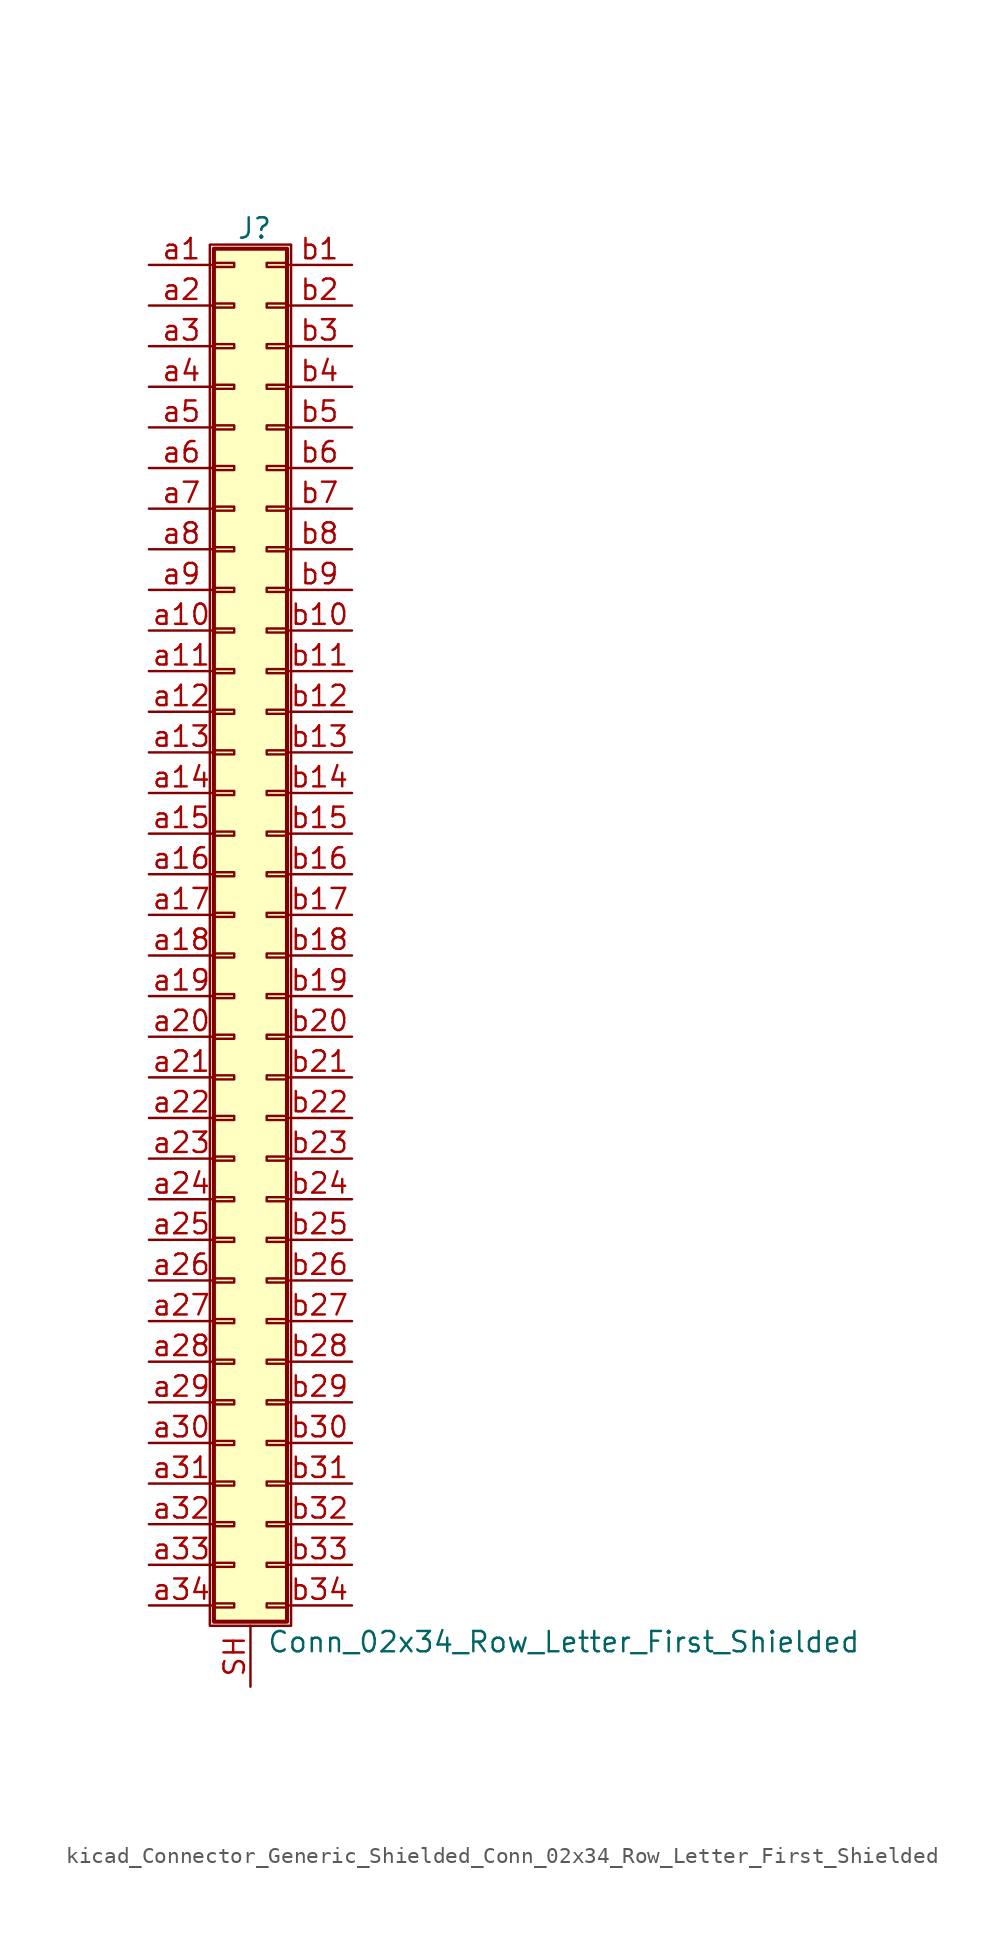
<source format=kicad_sym>
(kicad_symbol_lib
  (version 20220914)
  (generator kicad_symbol_editor)
  (symbol "kicad_Connector_Generic_Shielded_Conn_02x34_Row_Letter_First_Shielded"
    (pin_names
      (offset 1.016) hide)
    (property "Reference" "J"
      (at 1.524 42.926 0)
      (effects (font (size 1.27 1.27))))
    (property "Value" "Conn_02x34_Row_Letter_First_Shielded"
      (at 2.286 -45.466 0)
      (effects (font (size 1.27 1.27)) (justify left)))
    (symbol "kicad_Connector_Generic_Shielded_Conn_02x34_Row_Letter_First_Shielded_1_1"
      (rectangle (start -1.27 41.91) (end 3.81 -44.45) (stroke (width 0.152) (type default)) (fill (type none)))
      (rectangle (start -1.016 -43.053) (end 0.254 -43.307) (stroke (width 0.152) (type default)) (fill (type none)))
      (rectangle (start -1.016 -40.513) (end 0.254 -40.767) (stroke (width 0.152) (type default)) (fill (type none)))
      (rectangle (start -1.016 -37.973) (end 0.254 -38.227) (stroke (width 0.152) (type default)) (fill (type none)))
      (rectangle (start -1.016 -35.433) (end 0.254 -35.687) (stroke (width 0.152) (type default)) (fill (type none)))
      (rectangle (start -1.016 -32.893) (end 0.254 -33.147) (stroke (width 0.152) (type default)) (fill (type none)))
      (rectangle (start -1.016 -30.353) (end 0.254 -30.607) (stroke (width 0.152) (type default)) (fill (type none)))
      (rectangle (start -1.016 -27.813) (end 0.254 -28.067) (stroke (width 0.152) (type default)) (fill (type none)))
      (rectangle (start -1.016 -25.273) (end 0.254 -25.527) (stroke (width 0.152) (type default)) (fill (type none)))
      (rectangle (start -1.016 -22.733) (end 0.254 -22.987) (stroke (width 0.152) (type default)) (fill (type none)))
      (rectangle (start -1.016 -20.193) (end 0.254 -20.447) (stroke (width 0.152) (type default)) (fill (type none)))
      (rectangle (start -1.016 -17.653) (end 0.254 -17.907) (stroke (width 0.152) (type default)) (fill (type none)))
      (rectangle (start -1.016 -15.113) (end 0.254 -15.367) (stroke (width 0.152) (type default)) (fill (type none)))
      (rectangle (start -1.016 -12.573) (end 0.254 -12.827) (stroke (width 0.152) (type default)) (fill (type none)))
      (rectangle (start -1.016 -10.033) (end 0.254 -10.287) (stroke (width 0.152) (type default)) (fill (type none)))
      (rectangle (start -1.016 -7.493) (end 0.254 -7.747) (stroke (width 0.152) (type default)) (fill (type none)))
      (rectangle (start -1.016 -4.953) (end 0.254 -5.207) (stroke (width 0.152) (type default)) (fill (type none)))
      (rectangle (start -1.016 -2.413) (end 0.254 -2.667) (stroke (width 0.152) (type default)) (fill (type none)))
      (rectangle (start -1.016 0.127) (end 0.254 -0.127) (stroke (width 0.152) (type default)) (fill (type none)))
      (rectangle (start -1.016 2.667) (end 0.254 2.413) (stroke (width 0.152) (type default)) (fill (type none)))
      (rectangle (start -1.016 5.207) (end 0.254 4.953) (stroke (width 0.152) (type default)) (fill (type none)))
      (rectangle (start -1.016 7.747) (end 0.254 7.493) (stroke (width 0.152) (type default)) (fill (type none)))
      (rectangle (start -1.016 10.287) (end 0.254 10.033) (stroke (width 0.152) (type default)) (fill (type none)))
      (rectangle (start -1.016 12.827) (end 0.254 12.573) (stroke (width 0.152) (type default)) (fill (type none)))
      (rectangle (start -1.016 15.367) (end 0.254 15.113) (stroke (width 0.152) (type default)) (fill (type none)))
      (rectangle (start -1.016 17.907) (end 0.254 17.653) (stroke (width 0.152) (type default)) (fill (type none)))
      (rectangle (start -1.016 20.447) (end 0.254 20.193) (stroke (width 0.152) (type default)) (fill (type none)))
      (rectangle (start -1.016 22.987) (end 0.254 22.733) (stroke (width 0.152) (type default)) (fill (type none)))
      (rectangle (start -1.016 25.527) (end 0.254 25.273) (stroke (width 0.152) (type default)) (fill (type none)))
      (rectangle (start -1.016 28.067) (end 0.254 27.813) (stroke (width 0.152) (type default)) (fill (type none)))
      (rectangle (start -1.016 30.607) (end 0.254 30.353) (stroke (width 0.152) (type default)) (fill (type none)))
      (rectangle (start -1.016 33.147) (end 0.254 32.893) (stroke (width 0.152) (type default)) (fill (type none)))
      (rectangle (start -1.016 35.687) (end 0.254 35.433) (stroke (width 0.152) (type default)) (fill (type none)))
      (rectangle (start -1.016 38.227) (end 0.254 37.973) (stroke (width 0.152) (type default)) (fill (type none)))
      (rectangle (start -1.016 40.767) (end 0.254 40.513) (stroke (width 0.152) (type default)) (fill (type none)))
      (rectangle (start -1.016 41.656) (end 3.556 -44.196) (stroke (width 0.254) (type default)) (fill (type background)))
      (rectangle (start 3.556 -43.053) (end 2.286 -43.307) (stroke (width 0.152) (type default)) (fill (type none)))
      (rectangle (start 3.556 -40.513) (end 2.286 -40.767) (stroke (width 0.152) (type default)) (fill (type none)))
      (rectangle (start 3.556 -37.973) (end 2.286 -38.227) (stroke (width 0.152) (type default)) (fill (type none)))
      (rectangle (start 3.556 -35.433) (end 2.286 -35.687) (stroke (width 0.152) (type default)) (fill (type none)))
      (rectangle (start 3.556 -32.893) (end 2.286 -33.147) (stroke (width 0.152) (type default)) (fill (type none)))
      (rectangle (start 3.556 -30.353) (end 2.286 -30.607) (stroke (width 0.152) (type default)) (fill (type none)))
      (rectangle (start 3.556 -27.813) (end 2.286 -28.067) (stroke (width 0.152) (type default)) (fill (type none)))
      (rectangle (start 3.556 -25.273) (end 2.286 -25.527) (stroke (width 0.152) (type default)) (fill (type none)))
      (rectangle (start 3.556 -22.733) (end 2.286 -22.987) (stroke (width 0.152) (type default)) (fill (type none)))
      (rectangle (start 3.556 -20.193) (end 2.286 -20.447) (stroke (width 0.152) (type default)) (fill (type none)))
      (rectangle (start 3.556 -17.653) (end 2.286 -17.907) (stroke (width 0.152) (type default)) (fill (type none)))
      (rectangle (start 3.556 -15.113) (end 2.286 -15.367) (stroke (width 0.152) (type default)) (fill (type none)))
      (rectangle (start 3.556 -12.573) (end 2.286 -12.827) (stroke (width 0.152) (type default)) (fill (type none)))
      (rectangle (start 3.556 -10.033) (end 2.286 -10.287) (stroke (width 0.152) (type default)) (fill (type none)))
      (rectangle (start 3.556 -7.493) (end 2.286 -7.747) (stroke (width 0.152) (type default)) (fill (type none)))
      (rectangle (start 3.556 -4.953) (end 2.286 -5.207) (stroke (width 0.152) (type default)) (fill (type none)))
      (rectangle (start 3.556 -2.413) (end 2.286 -2.667) (stroke (width 0.152) (type default)) (fill (type none)))
      (rectangle (start 3.556 0.127) (end 2.286 -0.127) (stroke (width 0.152) (type default)) (fill (type none)))
      (rectangle (start 3.556 2.667) (end 2.286 2.413) (stroke (width 0.152) (type default)) (fill (type none)))
      (rectangle (start 3.556 5.207) (end 2.286 4.953) (stroke (width 0.152) (type default)) (fill (type none)))
      (rectangle (start 3.556 7.747) (end 2.286 7.493) (stroke (width 0.152) (type default)) (fill (type none)))
      (rectangle (start 3.556 10.287) (end 2.286 10.033) (stroke (width 0.152) (type default)) (fill (type none)))
      (rectangle (start 3.556 12.827) (end 2.286 12.573) (stroke (width 0.152) (type default)) (fill (type none)))
      (rectangle (start 3.556 15.367) (end 2.286 15.113) (stroke (width 0.152) (type default)) (fill (type none)))
      (rectangle (start 3.556 17.907) (end 2.286 17.653) (stroke (width 0.152) (type default)) (fill (type none)))
      (rectangle (start 3.556 20.447) (end 2.286 20.193) (stroke (width 0.152) (type default)) (fill (type none)))
      (rectangle (start 3.556 22.987) (end 2.286 22.733) (stroke (width 0.152) (type default)) (fill (type none)))
      (rectangle (start 3.556 25.527) (end 2.286 25.273) (stroke (width 0.152) (type default)) (fill (type none)))
      (rectangle (start 3.556 28.067) (end 2.286 27.813) (stroke (width 0.152) (type default)) (fill (type none)))
      (rectangle (start 3.556 30.607) (end 2.286 30.353) (stroke (width 0.152) (type default)) (fill (type none)))
      (rectangle (start 3.556 33.147) (end 2.286 32.893) (stroke (width 0.152) (type default)) (fill (type none)))
      (rectangle (start 3.556 35.687) (end 2.286 35.433) (stroke (width 0.152) (type default)) (fill (type none)))
      (rectangle (start 3.556 38.227) (end 2.286 37.973) (stroke (width 0.152) (type default)) (fill (type none)))
      (rectangle (start 3.556 40.767) (end 2.286 40.513) (stroke (width 0.152) (type default)) (fill (type none)))
      (pin passive line (at 1.27 -48.26 90) (length 3.81) (name "Shield" (effects (font (size 1.27 1.27)))) (number "SH" (effects (font (size 1.27 1.27)))))
      (pin passive line (at -5.08 40.64 0) (length 4.064) (name "Pin_a1" (effects (font (size 1.27 1.27)))) (number "a1" (effects (font (size 1.27 1.27)))))
      (pin passive line (at -5.08 17.78 0) (length 4.064) (name "Pin_a10" (effects (font (size 1.27 1.27)))) (number "a10" (effects (font (size 1.27 1.27)))))
      (pin passive line (at -5.08 15.24 0) (length 4.064) (name "Pin_a11" (effects (font (size 1.27 1.27)))) (number "a11" (effects (font (size 1.27 1.27)))))
      (pin passive line (at -5.08 12.7 0) (length 4.064) (name "Pin_a12" (effects (font (size 1.27 1.27)))) (number "a12" (effects (font (size 1.27 1.27)))))
      (pin passive line (at -5.08 10.16 0) (length 4.064) (name "Pin_a13" (effects (font (size 1.27 1.27)))) (number "a13" (effects (font (size 1.27 1.27)))))
      (pin passive line (at -5.08 7.62 0) (length 4.064) (name "Pin_a14" (effects (font (size 1.27 1.27)))) (number "a14" (effects (font (size 1.27 1.27)))))
      (pin passive line (at -5.08 5.08 0) (length 4.064) (name "Pin_a15" (effects (font (size 1.27 1.27)))) (number "a15" (effects (font (size 1.27 1.27)))))
      (pin passive line (at -5.08 2.54 0) (length 4.064) (name "Pin_a16" (effects (font (size 1.27 1.27)))) (number "a16" (effects (font (size 1.27 1.27)))))
      (pin passive line (at -5.08 0 0) (length 4.064) (name "Pin_a17" (effects (font (size 1.27 1.27)))) (number "a17" (effects (font (size 1.27 1.27)))))
      (pin passive line (at -5.08 -2.54 0) (length 4.064) (name "Pin_a18" (effects (font (size 1.27 1.27)))) (number "a18" (effects (font (size 1.27 1.27)))))
      (pin passive line (at -5.08 -5.08 0) (length 4.064) (name "Pin_a19" (effects (font (size 1.27 1.27)))) (number "a19" (effects (font (size 1.27 1.27)))))
      (pin passive line (at -5.08 38.1 0) (length 4.064) (name "Pin_a2" (effects (font (size 1.27 1.27)))) (number "a2" (effects (font (size 1.27 1.27)))))
      (pin passive line (at -5.08 -7.62 0) (length 4.064) (name "Pin_a20" (effects (font (size 1.27 1.27)))) (number "a20" (effects (font (size 1.27 1.27)))))
      (pin passive line (at -5.08 -10.16 0) (length 4.064) (name "Pin_a21" (effects (font (size 1.27 1.27)))) (number "a21" (effects (font (size 1.27 1.27)))))
      (pin passive line (at -5.08 -12.7 0) (length 4.064) (name "Pin_a22" (effects (font (size 1.27 1.27)))) (number "a22" (effects (font (size 1.27 1.27)))))
      (pin passive line (at -5.08 -15.24 0) (length 4.064) (name "Pin_a23" (effects (font (size 1.27 1.27)))) (number "a23" (effects (font (size 1.27 1.27)))))
      (pin passive line (at -5.08 -17.78 0) (length 4.064) (name "Pin_a24" (effects (font (size 1.27 1.27)))) (number "a24" (effects (font (size 1.27 1.27)))))
      (pin passive line (at -5.08 -20.32 0) (length 4.064) (name "Pin_a25" (effects (font (size 1.27 1.27)))) (number "a25" (effects (font (size 1.27 1.27)))))
      (pin passive line (at -5.08 -22.86 0) (length 4.064) (name "Pin_a26" (effects (font (size 1.27 1.27)))) (number "a26" (effects (font (size 1.27 1.27)))))
      (pin passive line (at -5.08 -25.4 0) (length 4.064) (name "Pin_a27" (effects (font (size 1.27 1.27)))) (number "a27" (effects (font (size 1.27 1.27)))))
      (pin passive line (at -5.08 -27.94 0) (length 4.064) (name "Pin_a28" (effects (font (size 1.27 1.27)))) (number "a28" (effects (font (size 1.27 1.27)))))
      (pin passive line (at -5.08 -30.48 0) (length 4.064) (name "Pin_a29" (effects (font (size 1.27 1.27)))) (number "a29" (effects (font (size 1.27 1.27)))))
      (pin passive line (at -5.08 35.56 0) (length 4.064) (name "Pin_a3" (effects (font (size 1.27 1.27)))) (number "a3" (effects (font (size 1.27 1.27)))))
      (pin passive line (at -5.08 -33.02 0) (length 4.064) (name "Pin_a30" (effects (font (size 1.27 1.27)))) (number "a30" (effects (font (size 1.27 1.27)))))
      (pin passive line (at -5.08 -35.56 0) (length 4.064) (name "Pin_a31" (effects (font (size 1.27 1.27)))) (number "a31" (effects (font (size 1.27 1.27)))))
      (pin passive line (at -5.08 -38.1 0) (length 4.064) (name "Pin_a32" (effects (font (size 1.27 1.27)))) (number "a32" (effects (font (size 1.27 1.27)))))
      (pin passive line (at -5.08 -40.64 0) (length 4.064) (name "Pin_a33" (effects (font (size 1.27 1.27)))) (number "a33" (effects (font (size 1.27 1.27)))))
      (pin passive line (at -5.08 -43.18 0) (length 4.064) (name "Pin_a34" (effects (font (size 1.27 1.27)))) (number "a34" (effects (font (size 1.27 1.27)))))
      (pin passive line (at -5.08 33.02 0) (length 4.064) (name "Pin_a4" (effects (font (size 1.27 1.27)))) (number "a4" (effects (font (size 1.27 1.27)))))
      (pin passive line (at -5.08 30.48 0) (length 4.064) (name "Pin_a5" (effects (font (size 1.27 1.27)))) (number "a5" (effects (font (size 1.27 1.27)))))
      (pin passive line (at -5.08 27.94 0) (length 4.064) (name "Pin_a6" (effects (font (size 1.27 1.27)))) (number "a6" (effects (font (size 1.27 1.27)))))
      (pin passive line (at -5.08 25.4 0) (length 4.064) (name "Pin_a7" (effects (font (size 1.27 1.27)))) (number "a7" (effects (font (size 1.27 1.27)))))
      (pin passive line (at -5.08 22.86 0) (length 4.064) (name "Pin_a8" (effects (font (size 1.27 1.27)))) (number "a8" (effects (font (size 1.27 1.27)))))
      (pin passive line (at -5.08 20.32 0) (length 4.064) (name "Pin_a9" (effects (font (size 1.27 1.27)))) (number "a9" (effects (font (size 1.27 1.27)))))
      (pin passive line (at 7.62 40.64 180) (length 4.064) (name "Pin_b1" (effects (font (size 1.27 1.27)))) (number "b1" (effects (font (size 1.27 1.27)))))
      (pin passive line (at 7.62 17.78 180) (length 4.064) (name "Pin_b10" (effects (font (size 1.27 1.27)))) (number "b10" (effects (font (size 1.27 1.27)))))
      (pin passive line (at 7.62 15.24 180) (length 4.064) (name "Pin_b11" (effects (font (size 1.27 1.27)))) (number "b11" (effects (font (size 1.27 1.27)))))
      (pin passive line (at 7.62 12.7 180) (length 4.064) (name "Pin_b12" (effects (font (size 1.27 1.27)))) (number "b12" (effects (font (size 1.27 1.27)))))
      (pin passive line (at 7.62 10.16 180) (length 4.064) (name "Pin_b13" (effects (font (size 1.27 1.27)))) (number "b13" (effects (font (size 1.27 1.27)))))
      (pin passive line (at 7.62 7.62 180) (length 4.064) (name "Pin_b14" (effects (font (size 1.27 1.27)))) (number "b14" (effects (font (size 1.27 1.27)))))
      (pin passive line (at 7.62 5.08 180) (length 4.064) (name "Pin_b15" (effects (font (size 1.27 1.27)))) (number "b15" (effects (font (size 1.27 1.27)))))
      (pin passive line (at 7.62 2.54 180) (length 4.064) (name "Pin_b16" (effects (font (size 1.27 1.27)))) (number "b16" (effects (font (size 1.27 1.27)))))
      (pin passive line (at 7.62 0 180) (length 4.064) (name "Pin_b17" (effects (font (size 1.27 1.27)))) (number "b17" (effects (font (size 1.27 1.27)))))
      (pin passive line (at 7.62 -2.54 180) (length 4.064) (name "Pin_b18" (effects (font (size 1.27 1.27)))) (number "b18" (effects (font (size 1.27 1.27)))))
      (pin passive line (at 7.62 -5.08 180) (length 4.064) (name "Pin_b19" (effects (font (size 1.27 1.27)))) (number "b19" (effects (font (size 1.27 1.27)))))
      (pin passive line (at 7.62 38.1 180) (length 4.064) (name "Pin_b2" (effects (font (size 1.27 1.27)))) (number "b2" (effects (font (size 1.27 1.27)))))
      (pin passive line (at 7.62 -7.62 180) (length 4.064) (name "Pin_b20" (effects (font (size 1.27 1.27)))) (number "b20" (effects (font (size 1.27 1.27)))))
      (pin passive line (at 7.62 -10.16 180) (length 4.064) (name "Pin_b21" (effects (font (size 1.27 1.27)))) (number "b21" (effects (font (size 1.27 1.27)))))
      (pin passive line (at 7.62 -12.7 180) (length 4.064) (name "Pin_b22" (effects (font (size 1.27 1.27)))) (number "b22" (effects (font (size 1.27 1.27)))))
      (pin passive line (at 7.62 -15.24 180) (length 4.064) (name "Pin_b23" (effects (font (size 1.27 1.27)))) (number "b23" (effects (font (size 1.27 1.27)))))
      (pin passive line (at 7.62 -17.78 180) (length 4.064) (name "Pin_b24" (effects (font (size 1.27 1.27)))) (number "b24" (effects (font (size 1.27 1.27)))))
      (pin passive line (at 7.62 -20.32 180) (length 4.064) (name "Pin_b25" (effects (font (size 1.27 1.27)))) (number "b25" (effects (font (size 1.27 1.27)))))
      (pin passive line (at 7.62 -22.86 180) (length 4.064) (name "Pin_b26" (effects (font (size 1.27 1.27)))) (number "b26" (effects (font (size 1.27 1.27)))))
      (pin passive line (at 7.62 -25.4 180) (length 4.064) (name "Pin_b27" (effects (font (size 1.27 1.27)))) (number "b27" (effects (font (size 1.27 1.27)))))
      (pin passive line (at 7.62 -27.94 180) (length 4.064) (name "Pin_b28" (effects (font (size 1.27 1.27)))) (number "b28" (effects (font (size 1.27 1.27)))))
      (pin passive line (at 7.62 -30.48 180) (length 4.064) (name "Pin_b29" (effects (font (size 1.27 1.27)))) (number "b29" (effects (font (size 1.27 1.27)))))
      (pin passive line (at 7.62 35.56 180) (length 4.064) (name "Pin_b3" (effects (font (size 1.27 1.27)))) (number "b3" (effects (font (size 1.27 1.27)))))
      (pin passive line (at 7.62 -33.02 180) (length 4.064) (name "Pin_b30" (effects (font (size 1.27 1.27)))) (number "b30" (effects (font (size 1.27 1.27)))))
      (pin passive line (at 7.62 -35.56 180) (length 4.064) (name "Pin_b31" (effects (font (size 1.27 1.27)))) (number "b31" (effects (font (size 1.27 1.27)))))
      (pin passive line (at 7.62 -38.1 180) (length 4.064) (name "Pin_b32" (effects (font (size 1.27 1.27)))) (number "b32" (effects (font (size 1.27 1.27)))))
      (pin passive line (at 7.62 -40.64 180) (length 4.064) (name "Pin_b33" (effects (font (size 1.27 1.27)))) (number "b33" (effects (font (size 1.27 1.27)))))
      (pin passive line (at 7.62 -43.18 180) (length 4.064) (name "Pin_b34" (effects (font (size 1.27 1.27)))) (number "b34" (effects (font (size 1.27 1.27)))))
      (pin passive line (at 7.62 33.02 180) (length 4.064) (name "Pin_b4" (effects (font (size 1.27 1.27)))) (number "b4" (effects (font (size 1.27 1.27)))))
      (pin passive line (at 7.62 30.48 180) (length 4.064) (name "Pin_b5" (effects (font (size 1.27 1.27)))) (number "b5" (effects (font (size 1.27 1.27)))))
      (pin passive line (at 7.62 27.94 180) (length 4.064) (name "Pin_b6" (effects (font (size 1.27 1.27)))) (number "b6" (effects (font (size 1.27 1.27)))))
      (pin passive line (at 7.62 25.4 180) (length 4.064) (name "Pin_b7" (effects (font (size 1.27 1.27)))) (number "b7" (effects (font (size 1.27 1.27)))))
      (pin passive line (at 7.62 22.86 180) (length 4.064) (name "Pin_b8" (effects (font (size 1.27 1.27)))) (number "b8" (effects (font (size 1.27 1.27)))))
      (pin passive line (at 7.62 20.32 180) (length 4.064) (name "Pin_b9" (effects (font (size 1.27 1.27)))) (number "b9" (effects (font (size 1.27 1.27))))))))
</source>
